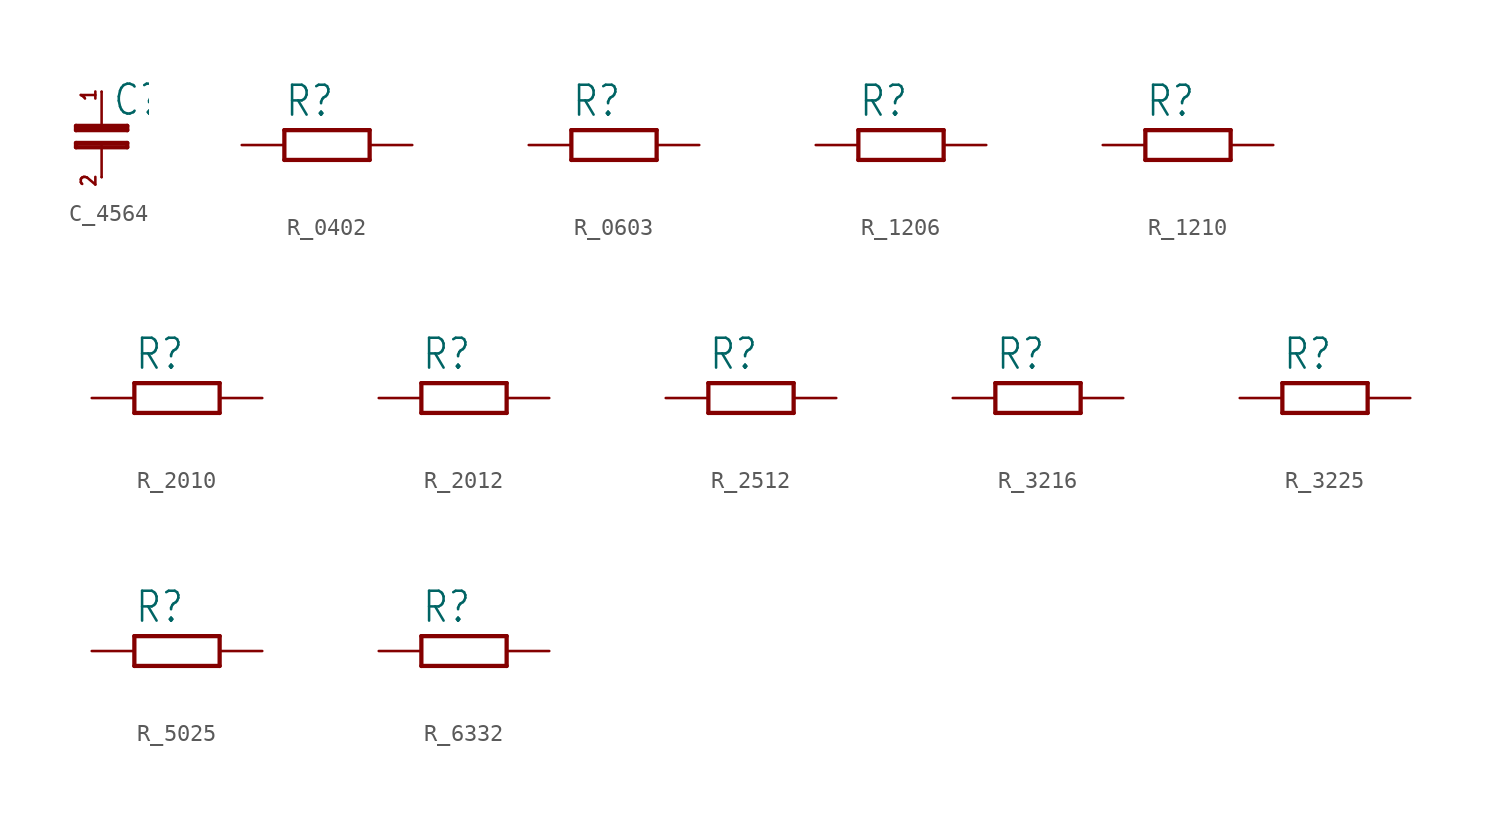
<source format=kicad_sym>
(kicad_symbol_lib
  (version 20241209)
  (generator "kicad_symbol_editor")
  (generator_version "9.0")
  (symbol "C_4564"
    (property "Reference" "C"
      (at 0.635 1.016 0)
      (effects (font (size 1.778 1.511)) (justify left bottom)))
    (property "Value" ""
      (at 0.508 -2.857 0)
      (effects (font (size 1.778 1.511)) (justify left bottom)))
    (property "ki_locked" ""
      (at 0 0 0)
      (effects (font (size 1.27 1.27))))
    (symbol "C_4564_1_0"
      (polyline (pts (xy -1.524 0.508) (xy -1.524 0.254)) (stroke (width 0.254) (type solid)) (fill (type none)))
      (polyline (pts (xy -1.524 0.254) (xy 1.524 0.254)) (stroke (width 0.254) (type solid)) (fill (type none)))
      (polyline (pts (xy -1.524 -0.508) (xy 1.524 -0.508)) (stroke (width 0.254) (type solid)) (fill (type none)))
      (polyline (pts (xy -1.524 -0.762) (xy -1.524 -0.508)) (stroke (width 0.254) (type solid)) (fill (type none)))
      (polyline (pts (xy 0 2.54) (xy 0 0.635)) (stroke (width 0.152) (type solid)) (fill (type none)))
      (polyline (pts (xy 0 -2.54) (xy 0 -0.635)) (stroke (width 0.152) (type solid)) (fill (type none)))
      (polyline (pts (xy 1.524 0.508) (xy -1.524 0.508)) (stroke (width 0.254) (type solid)) (fill (type none)))
      (polyline (pts (xy 1.524 0.254) (xy 1.524 0.508)) (stroke (width 0.254) (type solid)) (fill (type none)))
      (polyline (pts (xy 1.524 -0.508) (xy 1.524 -0.762)) (stroke (width 0.254) (type solid)) (fill (type none)))
      (polyline (pts (xy 1.524 -0.762) (xy -1.524 -0.762)) (stroke (width 0.254) (type solid)) (fill (type none)))
      (text "1" (at -1.27 2.794 900) (effects (font (size 0.864 0.734)) (justify right top)))
      (text "2" (at -1.27 -2.286 900) (effects (font (size 0.864 0.734)) (justify right top)))
      (pin passive line (at 0 2.54 270) (length 0) (name "1" (effects (font (size 0 0)))) (number "1" (effects (font (size 0 0)))))
      (pin passive line (at 0 -2.54 90) (length 0) (name "2" (effects (font (size 0 0)))) (number "2" (effects (font (size 0 0)))))))
  (symbol "R_0402"
    (property "Reference" "R"
      (at -2.54 1.587 0)
      (effects (font (size 1.778 1.511)) (justify left bottom)))
    (property "Value" ""
      (at -2.54 -3.175 0)
      (effects (font (size 1.778 1.511)) (justify left bottom)))
    (property "ki_locked" ""
      (at 0 0 0)
      (effects (font (size 1.27 1.27))))
    (symbol "R_0402_1_0"
      (polyline (pts (xy -2.54 0.889) (xy 2.54 0.889)) (stroke (width 0.254) (type solid)) (fill (type none)))
      (polyline (pts (xy -2.54 -0.889) (xy -2.54 0.889)) (stroke (width 0.254) (type solid)) (fill (type none)))
      (polyline (pts (xy 2.54 0.889) (xy 2.54 -0.889)) (stroke (width 0.254) (type solid)) (fill (type none)))
      (polyline (pts (xy 2.54 -0.889) (xy -2.54 -0.889)) (stroke (width 0.254) (type solid)) (fill (type none)))
      (pin passive line (at -5.08 0 0) (length 2.54) (name "1" (effects (font (size 0 0)))) (number "1" (effects (font (size 0 0)))))
      (pin passive line (at 5.08 0 180) (length 2.54) (name "2" (effects (font (size 0 0)))) (number "2" (effects (font (size 0 0)))))))
  (symbol "R_0603"
    (property "Reference" "R"
      (at -2.54 1.587 0)
      (effects (font (size 1.778 1.511)) (justify left bottom)))
    (property "Value" ""
      (at -2.54 -3.175 0)
      (effects (font (size 1.778 1.511)) (justify left bottom)))
    (property "ki_locked" ""
      (at 0 0 0)
      (effects (font (size 1.27 1.27))))
    (symbol "R_0603_1_0"
      (polyline (pts (xy -2.54 0.889) (xy 2.54 0.889)) (stroke (width 0.254) (type solid)) (fill (type none)))
      (polyline (pts (xy -2.54 -0.889) (xy -2.54 0.889)) (stroke (width 0.254) (type solid)) (fill (type none)))
      (polyline (pts (xy 2.54 0.889) (xy 2.54 -0.889)) (stroke (width 0.254) (type solid)) (fill (type none)))
      (polyline (pts (xy 2.54 -0.889) (xy -2.54 -0.889)) (stroke (width 0.254) (type solid)) (fill (type none)))
      (pin passive line (at -5.08 0 0) (length 2.54) (name "1" (effects (font (size 0 0)))) (number "1" (effects (font (size 0 0)))))
      (pin passive line (at 5.08 0 180) (length 2.54) (name "2" (effects (font (size 0 0)))) (number "2" (effects (font (size 0 0)))))))
  (symbol "R_1206"
    (property "Reference" "R"
      (at -2.54 1.587 0)
      (effects (font (size 1.778 1.511)) (justify left bottom)))
    (property "Value" ""
      (at -2.54 -3.175 0)
      (effects (font (size 1.778 1.511)) (justify left bottom)))
    (property "ki_locked" ""
      (at 0 0 0)
      (effects (font (size 1.27 1.27))))
    (symbol "R_1206_1_0"
      (polyline (pts (xy -2.54 0.889) (xy 2.54 0.889)) (stroke (width 0.254) (type solid)) (fill (type none)))
      (polyline (pts (xy -2.54 -0.889) (xy -2.54 0.889)) (stroke (width 0.254) (type solid)) (fill (type none)))
      (polyline (pts (xy 2.54 0.889) (xy 2.54 -0.889)) (stroke (width 0.254) (type solid)) (fill (type none)))
      (polyline (pts (xy 2.54 -0.889) (xy -2.54 -0.889)) (stroke (width 0.254) (type solid)) (fill (type none)))
      (pin passive line (at -5.08 0 0) (length 2.54) (name "1" (effects (font (size 0 0)))) (number "1" (effects (font (size 0 0)))))
      (pin passive line (at 5.08 0 180) (length 2.54) (name "2" (effects (font (size 0 0)))) (number "2" (effects (font (size 0 0)))))))
  (symbol "R_1210"
    (property "Reference" "R"
      (at -2.54 1.587 0)
      (effects (font (size 1.778 1.511)) (justify left bottom)))
    (property "Value" ""
      (at -2.54 -3.175 0)
      (effects (font (size 1.778 1.511)) (justify left bottom)))
    (property "ki_locked" ""
      (at 0 0 0)
      (effects (font (size 1.27 1.27))))
    (symbol "R_1210_1_0"
      (polyline (pts (xy -2.54 0.889) (xy 2.54 0.889)) (stroke (width 0.254) (type solid)) (fill (type none)))
      (polyline (pts (xy -2.54 -0.889) (xy -2.54 0.889)) (stroke (width 0.254) (type solid)) (fill (type none)))
      (polyline (pts (xy 2.54 0.889) (xy 2.54 -0.889)) (stroke (width 0.254) (type solid)) (fill (type none)))
      (polyline (pts (xy 2.54 -0.889) (xy -2.54 -0.889)) (stroke (width 0.254) (type solid)) (fill (type none)))
      (pin passive line (at -5.08 0 0) (length 2.54) (name "1" (effects (font (size 0 0)))) (number "1" (effects (font (size 0 0)))))
      (pin passive line (at 5.08 0 180) (length 2.54) (name "2" (effects (font (size 0 0)))) (number "2" (effects (font (size 0 0)))))))
  (symbol "R_2010"
    (property "Reference" "R"
      (at -2.54 1.587 0)
      (effects (font (size 1.778 1.511)) (justify left bottom)))
    (property "Value" ""
      (at -2.54 -3.175 0)
      (effects (font (size 1.778 1.511)) (justify left bottom)))
    (property "ki_locked" ""
      (at 0 0 0)
      (effects (font (size 1.27 1.27))))
    (symbol "R_2010_1_0"
      (polyline (pts (xy -2.54 0.889) (xy 2.54 0.889)) (stroke (width 0.254) (type solid)) (fill (type none)))
      (polyline (pts (xy -2.54 -0.889) (xy -2.54 0.889)) (stroke (width 0.254) (type solid)) (fill (type none)))
      (polyline (pts (xy 2.54 0.889) (xy 2.54 -0.889)) (stroke (width 0.254) (type solid)) (fill (type none)))
      (polyline (pts (xy 2.54 -0.889) (xy -2.54 -0.889)) (stroke (width 0.254) (type solid)) (fill (type none)))
      (pin passive line (at -5.08 0 0) (length 2.54) (name "1" (effects (font (size 0 0)))) (number "1" (effects (font (size 0 0)))))
      (pin passive line (at 5.08 0 180) (length 2.54) (name "2" (effects (font (size 0 0)))) (number "2" (effects (font (size 0 0)))))))
  (symbol "R_2012"
    (property "Reference" "R"
      (at -2.54 1.587 0)
      (effects (font (size 1.778 1.511)) (justify left bottom)))
    (property "Value" ""
      (at -2.54 -3.175 0)
      (effects (font (size 1.778 1.511)) (justify left bottom)))
    (property "ki_locked" ""
      (at 0 0 0)
      (effects (font (size 1.27 1.27))))
    (symbol "R_2012_1_0"
      (polyline (pts (xy -2.54 0.889) (xy 2.54 0.889)) (stroke (width 0.254) (type solid)) (fill (type none)))
      (polyline (pts (xy -2.54 -0.889) (xy -2.54 0.889)) (stroke (width 0.254) (type solid)) (fill (type none)))
      (polyline (pts (xy 2.54 0.889) (xy 2.54 -0.889)) (stroke (width 0.254) (type solid)) (fill (type none)))
      (polyline (pts (xy 2.54 -0.889) (xy -2.54 -0.889)) (stroke (width 0.254) (type solid)) (fill (type none)))
      (pin passive line (at -5.08 0 0) (length 2.54) (name "1" (effects (font (size 0 0)))) (number "1" (effects (font (size 0 0)))))
      (pin passive line (at 5.08 0 180) (length 2.54) (name "2" (effects (font (size 0 0)))) (number "2" (effects (font (size 0 0)))))))
  (symbol "R_2512"
    (property "Reference" "R"
      (at -2.54 1.587 0)
      (effects (font (size 1.778 1.511)) (justify left bottom)))
    (property "Value" ""
      (at -2.54 -3.175 0)
      (effects (font (size 1.778 1.511)) (justify left bottom)))
    (property "ki_locked" ""
      (at 0 0 0)
      (effects (font (size 1.27 1.27))))
    (symbol "R_2512_1_0"
      (polyline (pts (xy -2.54 0.889) (xy 2.54 0.889)) (stroke (width 0.254) (type solid)) (fill (type none)))
      (polyline (pts (xy -2.54 -0.889) (xy -2.54 0.889)) (stroke (width 0.254) (type solid)) (fill (type none)))
      (polyline (pts (xy 2.54 0.889) (xy 2.54 -0.889)) (stroke (width 0.254) (type solid)) (fill (type none)))
      (polyline (pts (xy 2.54 -0.889) (xy -2.54 -0.889)) (stroke (width 0.254) (type solid)) (fill (type none)))
      (pin passive line (at -5.08 0 0) (length 2.54) (name "1" (effects (font (size 0 0)))) (number "1" (effects (font (size 0 0)))))
      (pin passive line (at 5.08 0 180) (length 2.54) (name "2" (effects (font (size 0 0)))) (number "2" (effects (font (size 0 0)))))))
  (symbol "R_3216"
    (property "Reference" "R"
      (at -2.54 1.587 0)
      (effects (font (size 1.778 1.511)) (justify left bottom)))
    (property "Value" ""
      (at -2.54 -3.175 0)
      (effects (font (size 1.778 1.511)) (justify left bottom)))
    (property "ki_locked" ""
      (at 0 0 0)
      (effects (font (size 1.27 1.27))))
    (symbol "R_3216_1_0"
      (polyline (pts (xy -2.54 0.889) (xy 2.54 0.889)) (stroke (width 0.254) (type solid)) (fill (type none)))
      (polyline (pts (xy -2.54 -0.889) (xy -2.54 0.889)) (stroke (width 0.254) (type solid)) (fill (type none)))
      (polyline (pts (xy 2.54 0.889) (xy 2.54 -0.889)) (stroke (width 0.254) (type solid)) (fill (type none)))
      (polyline (pts (xy 2.54 -0.889) (xy -2.54 -0.889)) (stroke (width 0.254) (type solid)) (fill (type none)))
      (pin passive line (at -5.08 0 0) (length 2.54) (name "1" (effects (font (size 0 0)))) (number "1" (effects (font (size 0 0)))))
      (pin passive line (at 5.08 0 180) (length 2.54) (name "2" (effects (font (size 0 0)))) (number "2" (effects (font (size 0 0)))))))
  (symbol "R_3225"
    (property "Reference" "R"
      (at -2.54 1.587 0)
      (effects (font (size 1.778 1.511)) (justify left bottom)))
    (property "Value" ""
      (at -2.54 -3.175 0)
      (effects (font (size 1.778 1.511)) (justify left bottom)))
    (property "ki_locked" ""
      (at 0 0 0)
      (effects (font (size 1.27 1.27))))
    (symbol "R_3225_1_0"
      (polyline (pts (xy -2.54 0.889) (xy 2.54 0.889)) (stroke (width 0.254) (type solid)) (fill (type none)))
      (polyline (pts (xy -2.54 -0.889) (xy -2.54 0.889)) (stroke (width 0.254) (type solid)) (fill (type none)))
      (polyline (pts (xy 2.54 0.889) (xy 2.54 -0.889)) (stroke (width 0.254) (type solid)) (fill (type none)))
      (polyline (pts (xy 2.54 -0.889) (xy -2.54 -0.889)) (stroke (width 0.254) (type solid)) (fill (type none)))
      (pin passive line (at -5.08 0 0) (length 2.54) (name "1" (effects (font (size 0 0)))) (number "1" (effects (font (size 0 0)))))
      (pin passive line (at 5.08 0 180) (length 2.54) (name "2" (effects (font (size 0 0)))) (number "2" (effects (font (size 0 0)))))))
  (symbol "R_5025"
    (property "Reference" "R"
      (at -2.54 1.587 0)
      (effects (font (size 1.778 1.511)) (justify left bottom)))
    (property "Value" ""
      (at -2.54 -3.175 0)
      (effects (font (size 1.778 1.511)) (justify left bottom)))
    (property "ki_locked" ""
      (at 0 0 0)
      (effects (font (size 1.27 1.27))))
    (symbol "R_5025_1_0"
      (polyline (pts (xy -2.54 0.889) (xy 2.54 0.889)) (stroke (width 0.254) (type solid)) (fill (type none)))
      (polyline (pts (xy -2.54 -0.889) (xy -2.54 0.889)) (stroke (width 0.254) (type solid)) (fill (type none)))
      (polyline (pts (xy 2.54 0.889) (xy 2.54 -0.889)) (stroke (width 0.254) (type solid)) (fill (type none)))
      (polyline (pts (xy 2.54 -0.889) (xy -2.54 -0.889)) (stroke (width 0.254) (type solid)) (fill (type none)))
      (pin passive line (at -5.08 0 0) (length 2.54) (name "1" (effects (font (size 0 0)))) (number "1" (effects (font (size 0 0)))))
      (pin passive line (at 5.08 0 180) (length 2.54) (name "2" (effects (font (size 0 0)))) (number "2" (effects (font (size 0 0)))))))
  (symbol "R_6332"
    (property "Reference" "R"
      (at -2.54 1.587 0)
      (effects (font (size 1.778 1.511)) (justify left bottom)))
    (property "Value" ""
      (at -2.54 -3.175 0)
      (effects (font (size 1.778 1.511)) (justify left bottom)))
    (property "ki_locked" ""
      (at 0 0 0)
      (effects (font (size 1.27 1.27))))
    (symbol "R_6332_1_0"
      (polyline (pts (xy -2.54 0.889) (xy 2.54 0.889)) (stroke (width 0.254) (type solid)) (fill (type none)))
      (polyline (pts (xy -2.54 -0.889) (xy -2.54 0.889)) (stroke (width 0.254) (type solid)) (fill (type none)))
      (polyline (pts (xy 2.54 0.889) (xy 2.54 -0.889)) (stroke (width 0.254) (type solid)) (fill (type none)))
      (polyline (pts (xy 2.54 -0.889) (xy -2.54 -0.889)) (stroke (width 0.254) (type solid)) (fill (type none)))
      (pin passive line (at -5.08 0 0) (length 2.54) (name "1" (effects (font (size 0 0)))) (number "1" (effects (font (size 0 0)))))
      (pin passive line (at 5.08 0 180) (length 2.54) (name "2" (effects (font (size 0 0)))) (number "2" (effects (font (size 0 0))))))))
</source>
